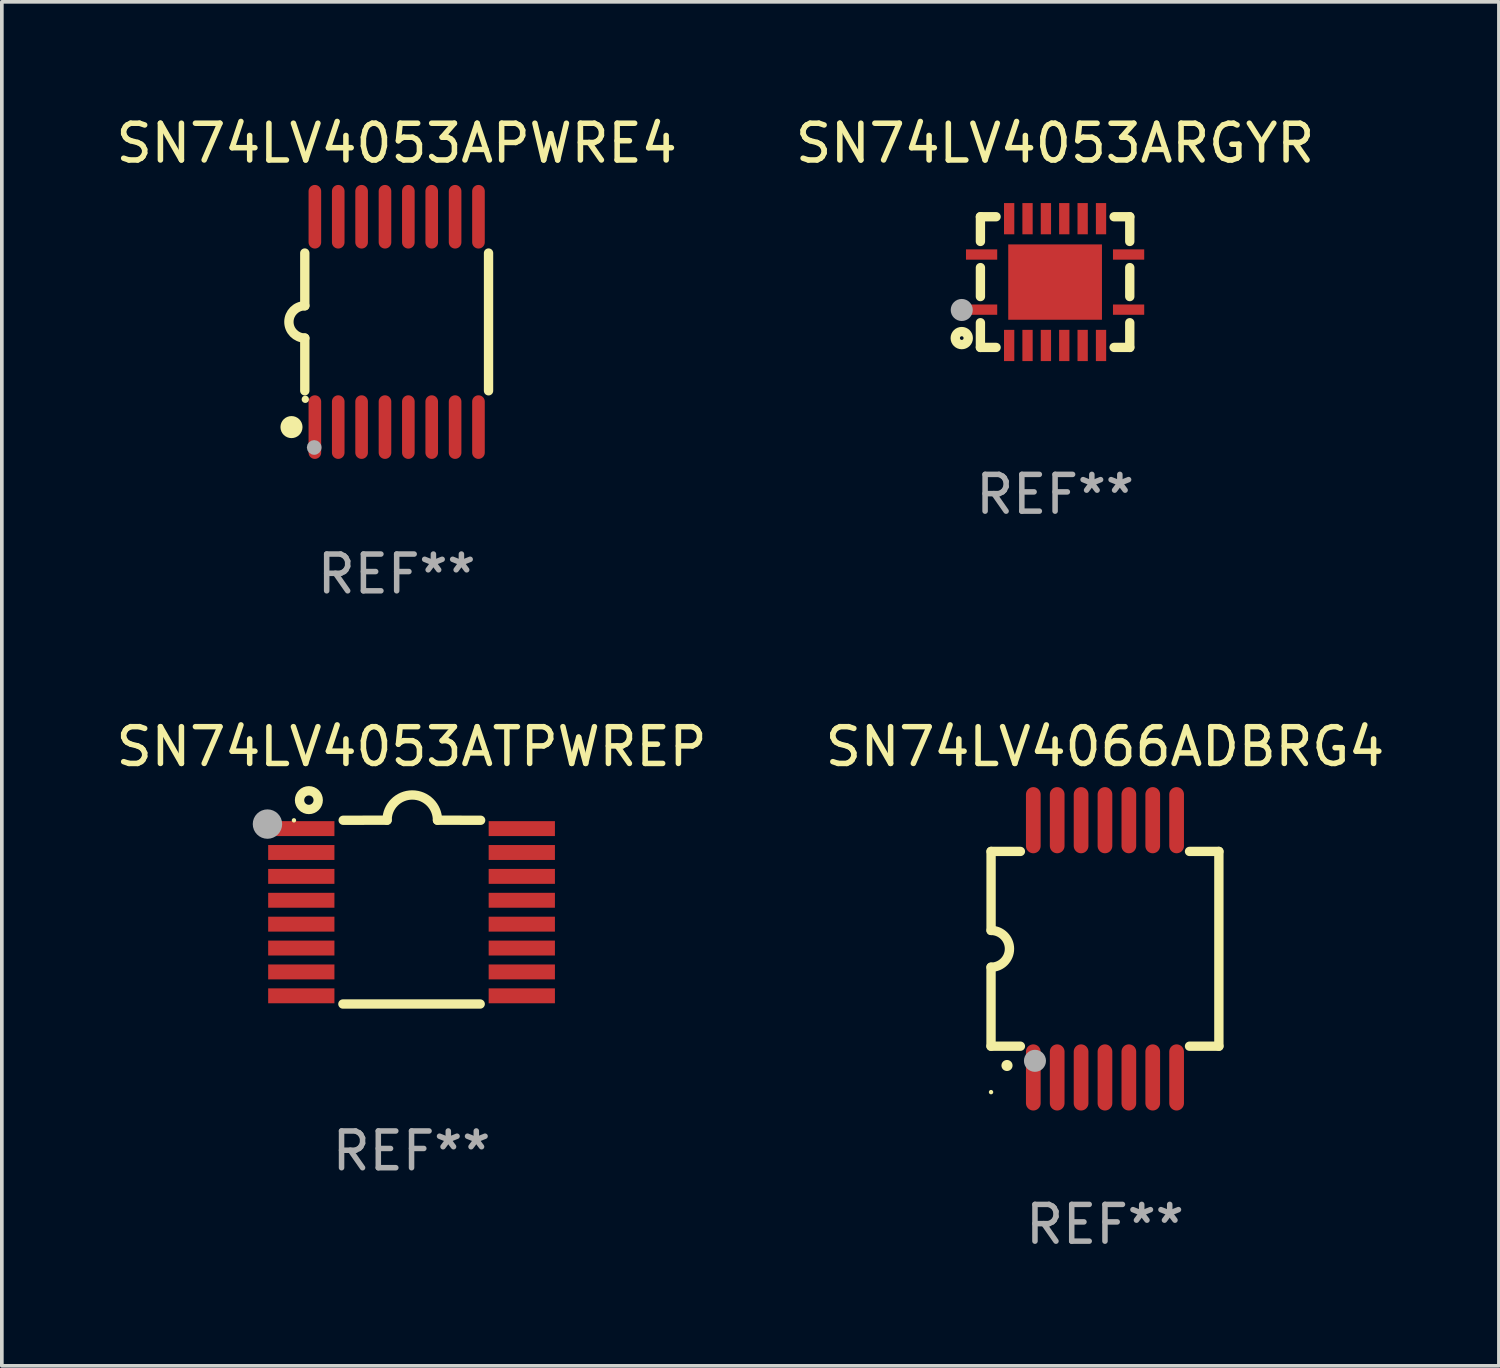
<source format=kicad_pcb>
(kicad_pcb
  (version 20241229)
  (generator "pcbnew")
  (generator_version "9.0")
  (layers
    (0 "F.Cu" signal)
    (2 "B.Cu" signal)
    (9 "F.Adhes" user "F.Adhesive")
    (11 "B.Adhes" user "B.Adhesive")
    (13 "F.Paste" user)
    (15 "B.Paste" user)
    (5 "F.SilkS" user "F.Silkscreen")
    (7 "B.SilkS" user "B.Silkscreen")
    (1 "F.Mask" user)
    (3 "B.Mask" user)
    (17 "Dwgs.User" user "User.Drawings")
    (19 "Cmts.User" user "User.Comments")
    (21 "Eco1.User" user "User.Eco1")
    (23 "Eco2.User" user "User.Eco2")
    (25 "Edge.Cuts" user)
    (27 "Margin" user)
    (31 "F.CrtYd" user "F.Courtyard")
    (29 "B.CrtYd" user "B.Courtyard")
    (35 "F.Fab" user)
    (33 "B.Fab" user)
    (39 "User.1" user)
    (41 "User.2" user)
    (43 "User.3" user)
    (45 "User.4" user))
  (footprint "SN74LV4066ADBRG4"
    (layer "F.Cu")
    (at 27.018 22.769)
    (property "Reference" "SN74LV4066ADBRG4" (at 0 -5.5 0) (layer "F.SilkS") (effects (font (size 1 1) (thickness 0.15))))
    (attr through_hole)
    (fp_line (start -3.1 2.65) (end -3.1 0.5) (stroke (width 0.254) (type solid)) (layer "F.SilkS"))
    (fp_line (start -3.099 -2.65) (end -2.301 -2.65) (stroke (width 0.254) (type solid)) (layer "F.SilkS"))
    (fp_line (start -3.099 -0.5) (end -3.099 -2.65) (stroke (width 0.254) (type solid)) (layer "F.SilkS"))
    (fp_line (start -2.301 2.65) (end -3.1 2.65) (stroke (width 0.254) (type solid)) (layer "F.SilkS"))
    (fp_line (start 2.301 -2.65) (end 3.1 -2.65) (stroke (width 0.254) (type solid)) (layer "F.SilkS"))
    (fp_line (start 3.1 -2.65) (end 3.1 2.65) (stroke (width 0.254) (type solid)) (layer "F.SilkS"))
    (fp_line (start 3.1 2.65) (end 2.301 2.65) (stroke (width 0.254) (type solid)) (layer "F.SilkS"))
    (fp_arc (start -3.098806 -0.500381) (mid -2.598806 0) (end -3.098806 0.500381) (stroke (width 0.254001) (type solid)) (layer "F.SilkS"))
    (fp_arc (start -2.667005 3.175006) (mid -2.665735 3.175001) (end -2.664465 3.175006) (stroke (width 0.3) (type solid)) (layer "F.SilkS"))
    (fp_circle (center -3.1 3.9) (end -3.07 3.9) (stroke (width 0.06) (type solid)) (fill no) (layer "F.SilkS"))
    (fp_circle (center -1.905 3.048) (end -1.755 3.048) (stroke (width 0.3) (type solid)) (fill no) (layer "F.Fab"))
    (fp_text user "REF**" (at 0 7.5 0) (layer "F.Fab") (effects (font (size 1 1) (thickness 0.15))))
    (pad "1" smd oval (at -1.95 3.5 270) (size 1.8 0.4) (layers "F.Cu" "F.Mask" "F.Paste"))
    (pad "2" smd oval (at -1.3 3.5 270) (size 1.8 0.4) (layers "F.Cu" "F.Mask" "F.Paste"))
    (pad "3" smd oval (at -0.65 3.5 270) (size 1.8 0.4) (layers "F.Cu" "F.Mask" "F.Paste"))
    (pad "4" smd oval (at 0 3.5 270) (size 1.8 0.4) (layers "F.Cu" "F.Mask" "F.Paste"))
    (pad "5" smd oval (at 0.65 3.5 270) (size 1.8 0.4) (layers "F.Cu" "F.Mask" "F.Paste"))
    (pad "6" smd oval (at 1.3 3.5 270) (size 1.8 0.4) (layers "F.Cu" "F.Mask" "F.Paste"))
    (pad "7" smd oval (at 1.95 3.5 270) (size 1.8 0.4) (layers "F.Cu" "F.Mask" "F.Paste"))
    (pad "8" smd oval (at 1.95 -3.5 90) (size 1.8 0.4) (layers "F.Cu" "F.Mask" "F.Paste"))
    (pad "9" smd oval (at 1.3 -3.5 90) (size 1.8 0.4) (layers "F.Cu" "F.Mask" "F.Paste"))
    (pad "10" smd oval (at 0.65 -3.5 90) (size 1.8 0.4) (layers "F.Cu" "F.Mask" "F.Paste"))
    (pad "11" smd oval (at 0 -3.5 90) (size 1.8 0.4) (layers "F.Cu" "F.Mask" "F.Paste"))
    (pad "12" smd oval (at -0.65 -3.5 90) (size 1.8 0.4) (layers "F.Cu" "F.Mask" "F.Paste"))
    (pad "13" smd oval (at -1.3 -3.5 90) (size 1.8 0.4) (layers "F.Cu" "F.Mask" "F.Paste"))
    (pad "14" smd oval (at -1.95 -3.5 90) (size 1.8 0.4) (layers "F.Cu" "F.Mask" "F.Paste")))
  (footprint "SN74LV4053APWRE4"
    (layer "F.Cu")
    (at 7.744 5.71)
    (property "Reference" "SN74LV4053APWRE4" (at 0 -4.862 0) (layer "F.SilkS") (effects (font (size 1 1) (thickness 0.15))))
    (attr through_hole)
    (fp_line (start -2.5 -1.874) (end -2.5 -0.439) (stroke (width 0.254) (type solid)) (layer "F.SilkS"))
    (fp_line (start -2.5 1.874) (end -2.5 0.439) (stroke (width 0.254) (type solid)) (layer "F.SilkS"))
    (fp_line (start 2.5 -1.874) (end 2.5 1.874) (stroke (width 0.254) (type solid)) (layer "F.SilkS"))
    (fp_arc (start -2.5 0.438989) (mid -2.938633 -0.000597) (end -2.499365 -0.439547) (stroke (width 0.254001) (type solid)) (layer "F.SilkS"))
    (fp_circle (center -2.862 2.862) (end -2.712 2.862) (stroke (width 0.3) (type solid)) (fill no) (layer "F.SilkS"))
    (fp_circle (center -2.486 2.106) (end -2.436 2.106) (stroke (width 0.1) (type solid)) (fill no) (layer "F.SilkS"))
    (fp_circle (center -2.244 3.416) (end -2.144 3.416) (stroke (width 0.2) (type solid)) (fill no) (layer "F.Fab"))
    (fp_text user "REF**" (at 0 6.862 0) (layer "F.Fab") (effects (font (size 1 1) (thickness 0.15))))
    (pad "1" smd oval (at -2.226 2.862) (size 0.343 1.731) (layers "F.Cu" "F.Mask" "F.Paste"))
    (pad "2" smd oval (at -1.59 2.862) (size 0.343 1.731) (layers "F.Cu" "F.Mask" "F.Paste"))
    (pad "3" smd oval (at -0.954 2.862) (size 0.343 1.731) (layers "F.Cu" "F.Mask" "F.Paste"))
    (pad "4" smd oval (at -0.318 2.862) (size 0.343 1.731) (layers "F.Cu" "F.Mask" "F.Paste"))
    (pad "5" smd oval (at 0.318 2.862) (size 0.343 1.731) (layers "F.Cu" "F.Mask" "F.Paste"))
    (pad "6" smd oval (at 0.954 2.862) (size 0.343 1.731) (layers "F.Cu" "F.Mask" "F.Paste"))
    (pad "7" smd oval (at 1.59 2.862) (size 0.343 1.731) (layers "F.Cu" "F.Mask" "F.Paste"))
    (pad "8" smd oval (at 2.226 2.862) (size 0.343 1.731) (layers "F.Cu" "F.Mask" "F.Paste"))
    (pad "9" smd oval (at 2.226 -2.862) (size 0.343 1.731) (layers "F.Cu" "F.Mask" "F.Paste"))
    (pad "10" smd oval (at 1.59 -2.862) (size 0.343 1.731) (layers "F.Cu" "F.Mask" "F.Paste"))
    (pad "11" smd oval (at 0.954 -2.862) (size 0.343 1.731) (layers "F.Cu" "F.Mask" "F.Paste"))
    (pad "12" smd oval (at 0.318 -2.862) (size 0.343 1.731) (layers "F.Cu" "F.Mask" "F.Paste"))
    (pad "13" smd oval (at -0.318 -2.862) (size 0.343 1.731) (layers "F.Cu" "F.Mask" "F.Paste"))
    (pad "14" smd oval (at -0.954 -2.862) (size 0.343 1.731) (layers "F.Cu" "F.Mask" "F.Paste"))
    (pad "15" smd oval (at -1.59 -2.862) (size 0.343 1.731) (layers "F.Cu" "F.Mask" "F.Paste"))
    (pad "16" smd oval (at -2.226 -2.862) (size 0.343 1.731) (layers "F.Cu" "F.Mask" "F.Paste")))
  (footprint "SN74LV4053ARGYR"
    (layer "F.Cu")
    (at 25.661 4.626)
    (property "Reference" "SN74LV4053ARGYR" (at 0 -3.778 0) (layer "F.SilkS") (effects (font (size 1 1) (thickness 0.15))))
    (attr through_hole)
    (fp_line (start -2.032 -1.778) (end -2.032 -1.106) (stroke (width 0.254) (type solid)) (layer "F.SilkS"))
    (fp_line (start -2.032 -0.394) (end -2.032 0.394) (stroke (width 0.254) (type solid)) (layer "F.SilkS"))
    (fp_line (start -2.032 1.106) (end -2.032 1.778) (stroke (width 0.254) (type solid)) (layer "F.SilkS"))
    (fp_line (start -2.032 1.778) (end -1.606 1.778) (stroke (width 0.254) (type solid)) (layer "F.SilkS"))
    (fp_line (start -1.606 -1.778) (end -2.032 -1.778) (stroke (width 0.254) (type solid)) (layer "F.SilkS"))
    (fp_line (start 1.606 1.778) (end 2.032 1.778) (stroke (width 0.254) (type solid)) (layer "F.SilkS"))
    (fp_line (start 2.032 -1.778) (end 1.606 -1.778) (stroke (width 0.254) (type solid)) (layer "F.SilkS"))
    (fp_line (start 2.032 -1.106) (end 2.032 -1.778) (stroke (width 0.254) (type solid)) (layer "F.SilkS"))
    (fp_line (start 2.032 0.394) (end 2.032 -0.394) (stroke (width 0.254) (type solid)) (layer "F.SilkS"))
    (fp_line (start 2.032 1.778) (end 2.032 1.106) (stroke (width 0.254) (type solid)) (layer "F.SilkS"))
    (fp_circle (center -2.54 1.524) (end -2.363 1.524) (stroke (width 0.254) (type solid)) (fill no) (layer "F.SilkS"))
    (fp_circle (center -2.002 1.753) (end -1.972 1.753) (stroke (width 0.06) (type solid)) (fill no) (layer "F.SilkS"))
    (fp_circle (center -2.54 0.759) (end -2.39 0.759) (stroke (width 0.3) (type solid)) (fill no) (layer "F.Fab"))
    (fp_text user "REF**" (at 0 5.778 0) (layer "F.Fab") (effects (font (size 1 1) (thickness 0.15))))
    (pad "1" smd rect (at -2 0.75 90) (size 0.28 0.85) (layers "F.Cu" "F.Mask" "F.Paste"))
    (pad "2" smd rect (at -1.25 1.725 180) (size 0.28 0.85) (layers "F.Cu" "F.Mask" "F.Paste"))
    (pad "3" smd rect (at -0.75 1.725 180) (size 0.28 0.85) (layers "F.Cu" "F.Mask" "F.Paste"))
    (pad "4" smd rect (at -0.25 1.725 180) (size 0.28 0.85) (layers "F.Cu" "F.Mask" "F.Paste"))
    (pad "5" smd rect (at 0.25 1.725 180) (size 0.28 0.85) (layers "F.Cu" "F.Mask" "F.Paste"))
    (pad "6" smd rect (at 0.75 1.725 180) (size 0.28 0.85) (layers "F.Cu" "F.Mask" "F.Paste"))
    (pad "7" smd rect (at 1.25 1.725 180) (size 0.28 0.85) (layers "F.Cu" "F.Mask" "F.Paste"))
    (pad "8" smd rect (at 2 0.75 270) (size 0.28 0.85) (layers "F.Cu" "F.Mask" "F.Paste"))
    (pad "9" smd rect (at 2 -0.75 270) (size 0.28 0.85) (layers "F.Cu" "F.Mask" "F.Paste"))
    (pad "10" smd rect (at 1.25 -1.725) (size 0.28 0.85) (layers "F.Cu" "F.Mask" "F.Paste"))
    (pad "11" smd rect (at 0.75 -1.725) (size 0.28 0.85) (layers "F.Cu" "F.Mask" "F.Paste"))
    (pad "12" smd rect (at 0.25 -1.725) (size 0.28 0.85) (layers "F.Cu" "F.Mask" "F.Paste"))
    (pad "13" smd rect (at -0.25 -1.725) (size 0.28 0.85) (layers "F.Cu" "F.Mask" "F.Paste"))
    (pad "14" smd rect (at -0.75 -1.725) (size 0.28 0.85) (layers "F.Cu" "F.Mask" "F.Paste"))
    (pad "15" smd rect (at -1.25 -1.725) (size 0.28 0.85) (layers "F.Cu" "F.Mask" "F.Paste"))
    (pad "16" smd rect (at -2 -0.75 90) (size 0.28 0.85) (layers "F.Cu" "F.Mask" "F.Paste"))
    (pad "17" smd rect (at 0.000051 0) (size 2.55 2.05) (layers "F.Cu" "F.Mask" "F.Paste")))
  (footprint "SN74LV4053ATPWREP"
    (layer "F.Cu")
    (at 8.149 21.77)
    (property "Reference" "SN74LV4053ATPWREP" (at 0 -4.501 0) (layer "F.SilkS") (effects (font (size 1 1) (thickness 0.15))))
    (attr through_hole)
    (fp_line (start -1.868 2.501) (end 1.868 2.501) (stroke (width 0.254) (type solid)) (layer "F.SilkS"))
    (fp_line (start -1.86 -2.499) (end -0.666 -2.501) (stroke (width 0.254) (type solid)) (layer "F.SilkS"))
    (fp_line (start 0.706 -2.501) (end 1.88 -2.499) (stroke (width 0.254) (type solid)) (layer "F.SilkS"))
    (fp_arc (start -0.665914 -2.501448) (mid 0.019888 -3.18725) (end 0.70569 -2.501448) (stroke (width 0.254001) (type solid)) (layer "F.SilkS"))
    (fp_circle (center -3.2 -2.497) (end -3.17 -2.497) (stroke (width 0.06) (type solid)) (fill no) (layer "F.SilkS"))
    (fp_circle (center -2.794 -3.047) (end -2.54 -3.047) (stroke (width 0.254) (type solid)) (fill no) (layer "F.SilkS"))
    (fp_circle (center -3.921 -2.395) (end -3.721 -2.395) (stroke (width 0.4) (type solid)) (fill no) (layer "F.Fab"))
    (fp_text user "REF**" (at 0 6.501 0) (layer "F.Fab") (effects (font (size 1 1) (thickness 0.15))))
    (pad "1" smd rect (at -3 -2.272) (size 1.803 0.406) (layers "F.Cu" "F.Mask" "F.Paste"))
    (pad "2" smd rect (at -3 -1.622) (size 1.803 0.406) (layers "F.Cu" "F.Mask" "F.Paste"))
    (pad "3" smd rect (at -3 -0.972) (size 1.803 0.406) (layers "F.Cu" "F.Mask" "F.Paste"))
    (pad "4" smd rect (at -3 -0.322) (size 1.803 0.406) (layers "F.Cu" "F.Mask" "F.Paste"))
    (pad "5" smd rect (at -3 0.328) (size 1.803 0.406) (layers "F.Cu" "F.Mask" "F.Paste"))
    (pad "6" smd rect (at -3 0.978) (size 1.803 0.406) (layers "F.Cu" "F.Mask" "F.Paste"))
    (pad "7" smd rect (at -3 1.628) (size 1.803 0.406) (layers "F.Cu" "F.Mask" "F.Paste"))
    (pad "8" smd rect (at -3 2.278) (size 1.803 0.406) (layers "F.Cu" "F.Mask" "F.Paste"))
    (pad "9" smd rect (at 3 2.278) (size 1.803 0.406) (layers "F.Cu" "F.Mask" "F.Paste"))
    (pad "10" smd rect (at 3 1.628) (size 1.803 0.406) (layers "F.Cu" "F.Mask" "F.Paste"))
    (pad "11" smd rect (at 3 0.978) (size 1.803 0.406) (layers "F.Cu" "F.Mask" "F.Paste"))
    (pad "12" smd rect (at 3 0.328) (size 1.803 0.406) (layers "F.Cu" "F.Mask" "F.Paste"))
    (pad "13" smd rect (at 3 -0.322) (size 1.803 0.406) (layers "F.Cu" "F.Mask" "F.Paste"))
    (pad "14" smd rect (at 3 -0.972) (size 1.803 0.406) (layers "F.Cu" "F.Mask" "F.Paste"))
    (pad "15" smd rect (at 3 -1.622) (size 1.803 0.406) (layers "F.Cu" "F.Mask" "F.Paste"))
    (pad "16" smd rect (at 3 -2.272) (size 1.803 0.406) (layers "F.Cu" "F.Mask" "F.Paste")))
  (gr_rect
    (start -3 -3)
    (end 37.738 34.117)
    (stroke (width 0.1) (type default))
    (fill no)
    (layer "Edge.Cuts")))
</source>
